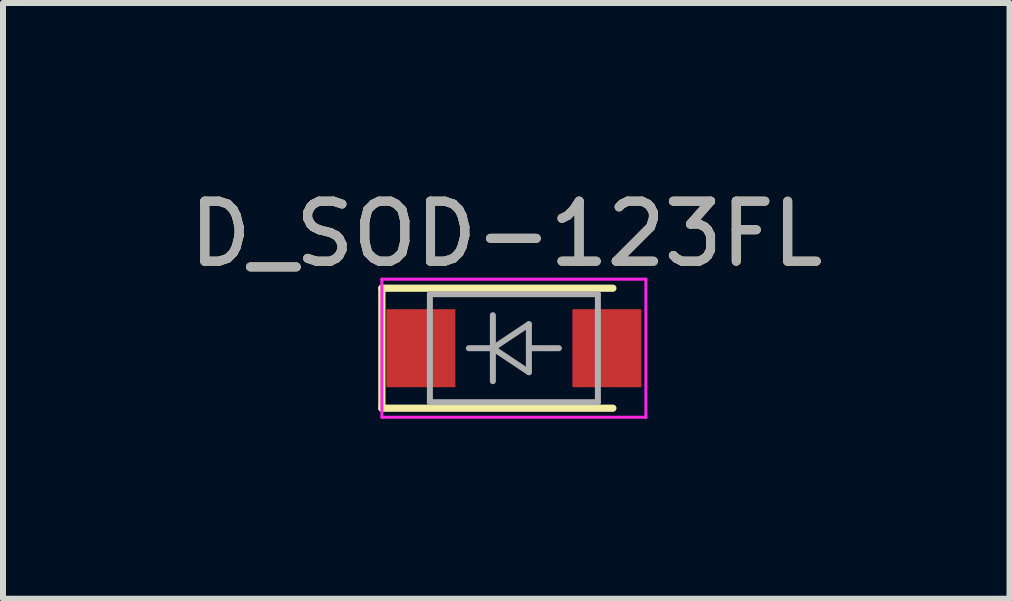
<source format=kicad_pcb>
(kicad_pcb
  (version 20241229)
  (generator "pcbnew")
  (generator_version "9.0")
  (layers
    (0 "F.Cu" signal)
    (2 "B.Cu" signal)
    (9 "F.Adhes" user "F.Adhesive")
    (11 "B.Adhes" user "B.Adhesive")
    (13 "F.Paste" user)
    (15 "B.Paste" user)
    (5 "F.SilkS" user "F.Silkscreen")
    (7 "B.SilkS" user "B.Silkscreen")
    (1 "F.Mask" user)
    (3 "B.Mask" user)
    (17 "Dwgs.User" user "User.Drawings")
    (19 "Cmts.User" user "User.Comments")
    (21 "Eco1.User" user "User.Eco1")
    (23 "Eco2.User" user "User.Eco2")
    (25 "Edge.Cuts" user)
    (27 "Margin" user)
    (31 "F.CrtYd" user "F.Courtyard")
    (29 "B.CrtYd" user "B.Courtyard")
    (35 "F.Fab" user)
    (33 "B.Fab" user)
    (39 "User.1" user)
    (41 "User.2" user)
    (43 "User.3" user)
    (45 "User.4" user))
  (footprint "D_SOD-123FL"
    (layer "F.Cu")
    (at 5.514 2.753)
    (property "Reference" "D_SOD-123FL" (at -0.127 -1.905 0) (layer "F.SilkS") (effects (font (size 1 1) (thickness 0.15))))
    (attr smd)
    (fp_line (start -2.2 -1) (end -2.2 1) (stroke (width 0.12) (type solid)) (layer "F.SilkS"))
    (fp_line (start -2.2 -1) (end 1.65 -1) (stroke (width 0.12) (type solid)) (layer "F.SilkS"))
    (fp_line (start -2.2 1) (end 1.65 1) (stroke (width 0.12) (type solid)) (layer "F.SilkS"))
    (fp_line (start -2.2 -1.15) (end -2.2 1.15) (stroke (width 0.05) (type solid)) (layer "F.CrtYd"))
    (fp_line (start -2.2 -1.15) (end 2.2 -1.15) (stroke (width 0.05) (type solid)) (layer "F.CrtYd"))
    (fp_line (start 2.2 -1.15) (end 2.2 1.15) (stroke (width 0.05) (type solid)) (layer "F.CrtYd"))
    (fp_line (start 2.2 1.15) (end -2.2 1.15) (stroke (width 0.05) (type solid)) (layer "F.CrtYd"))
    (fp_line (start -1.4 -0.9) (end 1.4 -0.9) (stroke (width 0.1) (type solid)) (layer "F.Fab"))
    (fp_line (start -1.4 0.9) (end -1.4 -0.9) (stroke (width 0.1) (type solid)) (layer "F.Fab"))
    (fp_line (start -0.75 0) (end -0.35 0) (stroke (width 0.1) (type solid)) (layer "F.Fab"))
    (fp_line (start -0.35 0) (end -0.35 -0.55) (stroke (width 0.1) (type solid)) (layer "F.Fab"))
    (fp_line (start -0.35 0) (end -0.35 0.55) (stroke (width 0.1) (type solid)) (layer "F.Fab"))
    (fp_line (start -0.35 0) (end 0.25 -0.4) (stroke (width 0.1) (type solid)) (layer "F.Fab"))
    (fp_line (start 0.25 -0.4) (end 0.25 0.4) (stroke (width 0.1) (type solid)) (layer "F.Fab"))
    (fp_line (start 0.25 0) (end 0.75 0) (stroke (width 0.1) (type solid)) (layer "F.Fab"))
    (fp_line (start 0.25 0.4) (end -0.35 0) (stroke (width 0.1) (type solid)) (layer "F.Fab"))
    (fp_line (start 1.4 -0.9) (end 1.4 0.9) (stroke (width 0.1) (type solid)) (layer "F.Fab"))
    (fp_line (start 1.4 0.9) (end -1.4 0.9) (stroke (width 0.1) (type solid)) (layer "F.Fab"))
    (fp_text user "${REFERENCE}" (at -0.127 -1.905 0) (layer "F.Fab") (effects (font (size 1 1) (thickness 0.15))))
    (pad "1" smd rect (at -1.55 0) (size 1.15 1.3) (layers "F.Cu" "F.Mask" "F.Paste"))
    (pad "2" smd rect (at 1.55 0) (size 1.15 1.3) (layers "F.Cu" "F.Mask" "F.Paste")))
  (gr_rect
    (start -3 -3)
    (end 13.774 6.928)
    (stroke (width 0.1) (type default))
    (fill no)
    (layer "Edge.Cuts")))
</source>
